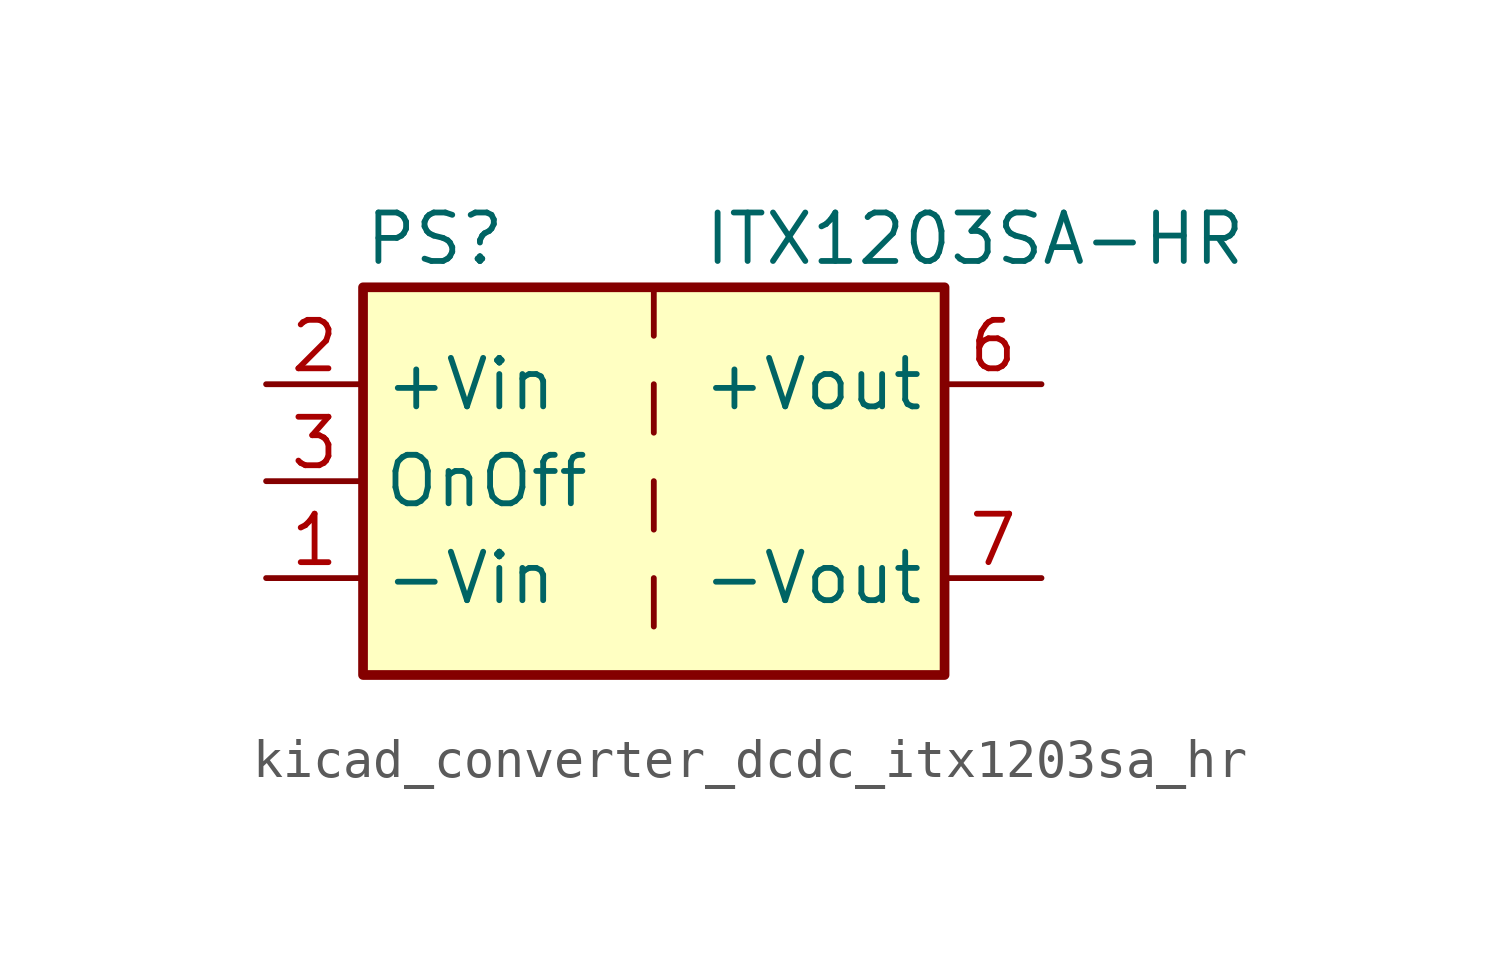
<source format=kicad_sym>
(kicad_symbol_lib
  (version 20220914)
  (generator kicad_symbol_editor)
  (symbol "kicad_converter_dcdc_itx1203sa_hr"
    (property "Reference" "PS"
      (at -7.62 6.35 0)
      (effects (font (size 1.27 1.27)) (justify left)))
    (property "Value" "ITX1203SA-HR"
      (at 1.27 6.35 0)
      (effects (font (size 1.27 1.27)) (justify left)))
    (symbol "kicad_converter_dcdc_itx1203sa_hr_0_0"
      (pin power_in line (at -10.16 -2.54 0) (length 2.54) (name "-Vin" (effects (font (size 1.27 1.27)))) (number "1" (effects (font (size 1.27 1.27)))))
      (pin power_in line (at -10.16 2.54 0) (length 2.54) (name "+Vin" (effects (font (size 1.27 1.27)))) (number "2" (effects (font (size 1.27 1.27)))))
      (pin input line (at -10.16 0 0) (length 2.54) (name "OnOff" (effects (font (size 1.27 1.27)))) (number "3" (effects (font (size 1.27 1.27)))))
      (pin no_connect line (at 0 5.08 270) (length 2.54) hide (name "NC" (effects (font (size 1.27 1.27)))) (number "5" (effects (font (size 1.27 1.27)))))
      (pin power_out line (at 10.16 2.54 180) (length 2.54) (name "+Vout" (effects (font (size 1.27 1.27)))) (number "6" (effects (font (size 1.27 1.27)))))
      (pin power_out line (at 10.16 -2.54 180) (length 2.54) (name "-Vout" (effects (font (size 1.27 1.27)))) (number "7" (effects (font (size 1.27 1.27)))))
      (pin no_connect line (at 7.62 0 180) (length 2.54) hide (name "NC" (effects (font (size 1.27 1.27)))) (number "8" (effects (font (size 1.27 1.27))))))
    (symbol "kicad_converter_dcdc_itx1203sa_hr_0_1"
      (rectangle (start -7.62 5.08) (end 7.62 -5.08) (stroke (width 0.254) (type default)) (fill (type background)))
      (polyline (pts (xy 0 -2.54) (xy 0 -3.81)) (stroke (width 0) (type default)) (fill (type none)))
      (polyline (pts (xy 0 0) (xy 0 -1.27)) (stroke (width 0) (type default)) (fill (type none)))
      (polyline (pts (xy 0 2.54) (xy 0 1.27)) (stroke (width 0) (type default)) (fill (type none)))
      (polyline (pts (xy 0 5.08) (xy 0 3.81)) (stroke (width 0) (type default)) (fill (type none))))))
</source>
